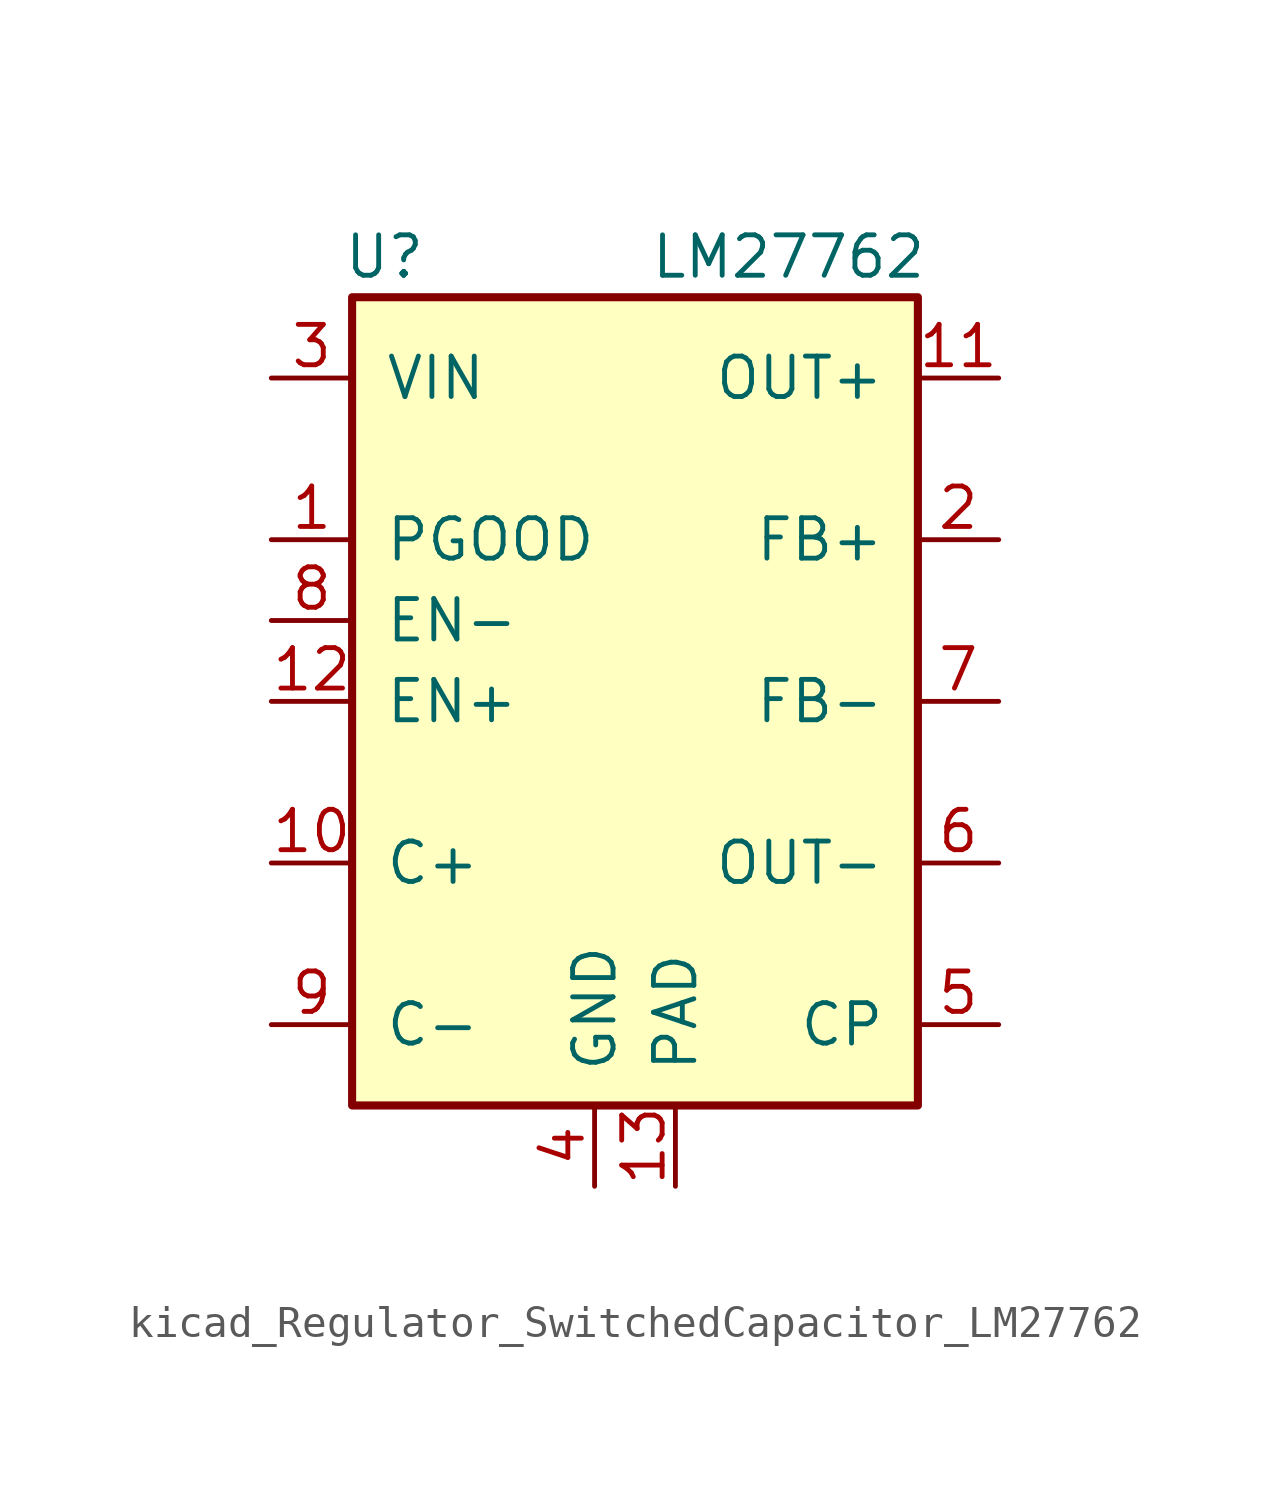
<source format=kicad_sym>
(kicad_symbol_lib
  (version 20220914)
  (generator kicad_symbol_editor)
  (symbol "kicad_Regulator_SwitchedCapacitor_LM27762"
    (pin_names
      (offset 1.016))
    (property "Reference" "U"
      (at -6.604 8.89 0)
      (effects (font (size 1.27 1.27))))
    (property "Value" "LM27762"
      (at 6.096 8.89 0)
      (effects (font (size 1.27 1.27))))
    (symbol "kicad_Regulator_SwitchedCapacitor_LM27762_0_1"
      (rectangle (start -7.62 7.62) (end 10.16 -17.78) (stroke (width 0.254) (type default)) (fill (type background))))
    (symbol "kicad_Regulator_SwitchedCapacitor_LM27762_1_1"
      (pin open_collector line (at -10.16 0 0) (length 2.54) (name "PGOOD" (effects (font (size 1.27 1.27)))) (number "1" (effects (font (size 1.27 1.27)))))
      (pin passive line (at -10.16 -10.16 0) (length 2.54) (name "C+" (effects (font (size 1.27 1.27)))) (number "10" (effects (font (size 1.27 1.27)))))
      (pin power_out line (at 12.7 5.08 180) (length 2.54) (name "OUT+" (effects (font (size 1.27 1.27)))) (number "11" (effects (font (size 1.27 1.27)))))
      (pin input line (at -10.16 -5.08 0) (length 2.54) (name "EN+" (effects (font (size 1.27 1.27)))) (number "12" (effects (font (size 1.27 1.27)))))
      (pin power_in line (at 2.54 -20.32 90) (length 2.54) (name "PAD" (effects (font (size 1.27 1.27)))) (number "13" (effects (font (size 1.27 1.27)))))
      (pin input line (at 12.7 0 180) (length 2.54) (name "FB+" (effects (font (size 1.27 1.27)))) (number "2" (effects (font (size 1.27 1.27)))))
      (pin power_in line (at -10.16 5.08 0) (length 2.54) (name "VIN" (effects (font (size 1.27 1.27)))) (number "3" (effects (font (size 1.27 1.27)))))
      (pin power_in line (at 0 -20.32 90) (length 2.54) (name "GND" (effects (font (size 1.27 1.27)))) (number "4" (effects (font (size 1.27 1.27)))))
      (pin passive line (at 12.7 -15.24 180) (length 2.54) (name "CP" (effects (font (size 1.27 1.27)))) (number "5" (effects (font (size 1.27 1.27)))))
      (pin power_out line (at 12.7 -10.16 180) (length 2.54) (name "OUT-" (effects (font (size 1.27 1.27)))) (number "6" (effects (font (size 1.27 1.27)))))
      (pin input line (at 12.7 -5.08 180) (length 2.54) (name "FB-" (effects (font (size 1.27 1.27)))) (number "7" (effects (font (size 1.27 1.27)))))
      (pin input line (at -10.16 -2.54 0) (length 2.54) (name "EN-" (effects (font (size 1.27 1.27)))) (number "8" (effects (font (size 1.27 1.27)))))
      (pin passive line (at -10.16 -15.24 0) (length 2.54) (name "C-" (effects (font (size 1.27 1.27)))) (number "9" (effects (font (size 1.27 1.27))))))))
</source>
